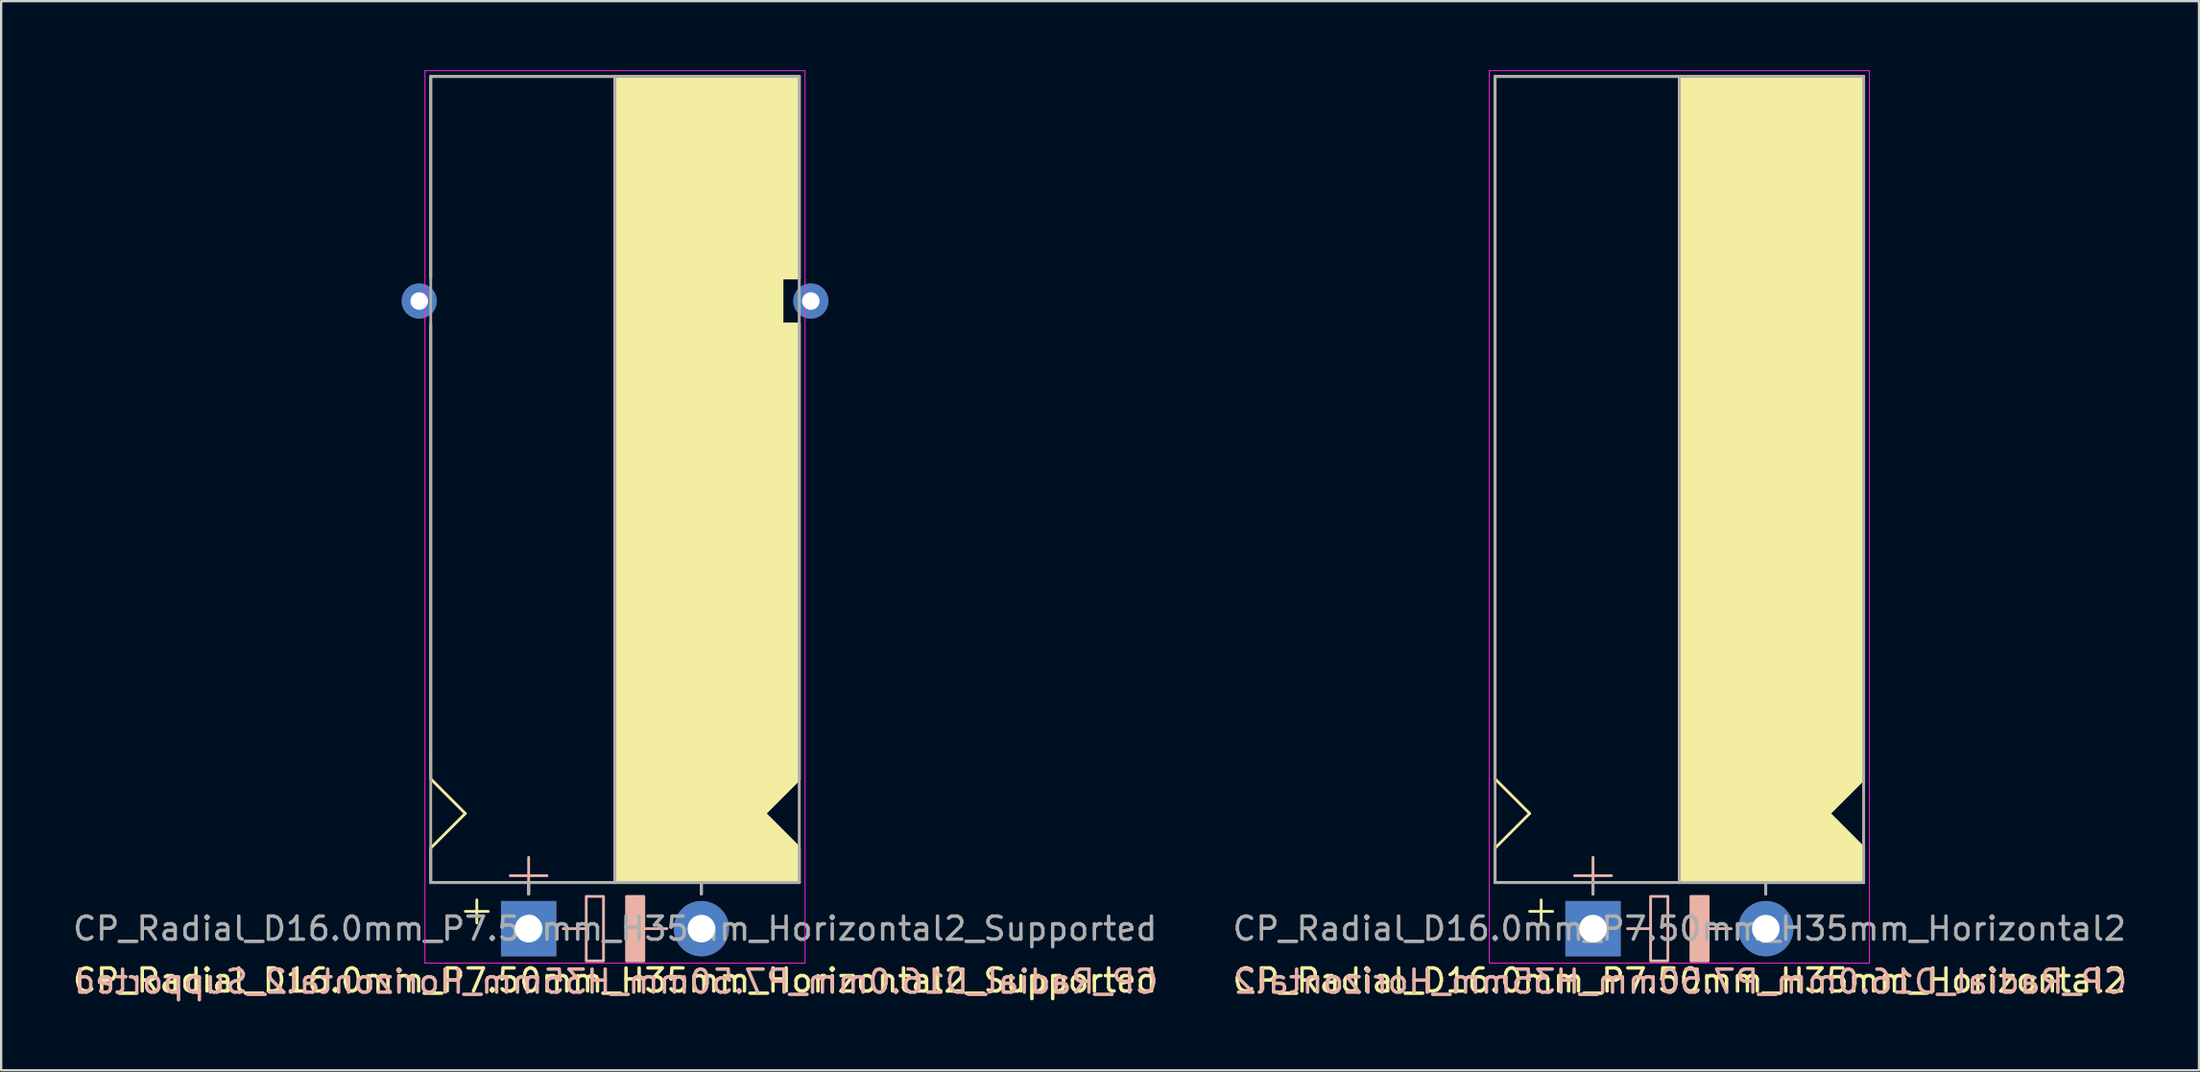
<source format=kicad_pcb>
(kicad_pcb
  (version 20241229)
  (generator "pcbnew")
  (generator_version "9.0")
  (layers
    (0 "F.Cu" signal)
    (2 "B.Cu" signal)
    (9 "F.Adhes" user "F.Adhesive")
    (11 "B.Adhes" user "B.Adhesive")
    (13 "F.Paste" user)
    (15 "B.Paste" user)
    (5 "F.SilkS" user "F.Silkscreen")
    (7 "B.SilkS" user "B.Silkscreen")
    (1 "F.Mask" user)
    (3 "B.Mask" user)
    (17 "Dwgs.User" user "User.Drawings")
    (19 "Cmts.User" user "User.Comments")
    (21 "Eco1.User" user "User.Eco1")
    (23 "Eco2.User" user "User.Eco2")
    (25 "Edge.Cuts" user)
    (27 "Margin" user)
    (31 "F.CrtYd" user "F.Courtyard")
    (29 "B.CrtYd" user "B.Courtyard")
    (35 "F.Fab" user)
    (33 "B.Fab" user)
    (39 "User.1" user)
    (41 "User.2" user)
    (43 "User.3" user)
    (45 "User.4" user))
  (footprint "CP_Radial_D16.0mm_P7.50mm_H35mm_Horizontal2_Supported"
    (layer "F.Cu")
    (at 19.899 37.27)
    (property "Reference" "CP_Radial_D16.0mm_P7.50mm_H35mm_Horizontal2_Supported" (at 3.75 2.25 0) (layer "F.SilkS") (effects (font (size 1 1) (thickness 0.15))))
    (fp_line (start -4.25 -28.25) (end -4.25 -37) (stroke (width 0.12) (type solid)) (layer "F.SilkS"))
    (fp_line (start -4.25 -7.5) (end -4.25 -26.25) (stroke (width 0.12) (type solid)) (layer "F.SilkS"))
    (fp_line (start -4.25 -6.5) (end -4.25 -7.5) (stroke (width 0.12) (type solid)) (layer "F.SilkS"))
    (fp_line (start -4.25 -3.5) (end -2.75 -5) (stroke (width 0.12) (type solid)) (layer "F.SilkS"))
    (fp_line (start -4.25 -2) (end -4.25 -3.5) (stroke (width 0.12) (type solid)) (layer "F.SilkS"))
    (fp_line (start -2.75 -5) (end -4.25 -6.5) (stroke (width 0.12) (type solid)) (layer "F.SilkS"))
    (fp_line (start -2.25 -1.25) (end -2.25 -0.25) (stroke (width 0.12) (type solid)) (layer "F.SilkS"))
    (fp_line (start -1.75 -0.75) (end -2.75 -0.75) (stroke (width 0.12) (type solid)) (layer "F.SilkS"))
    (fp_line (start 0 -1.5) (end 0 -2) (stroke (width 0.12) (type solid)) (layer "F.SilkS"))
    (fp_line (start 3.75 -2) (end -4.25 -2) (stroke (width 0.12) (type solid)) (layer "F.SilkS"))
    (fp_line (start 3.75 -2) (end 3.75 -37) (stroke (width 0.12) (type solid)) (layer "F.SilkS"))
    (fp_line (start 3.75 -2) (end 11.75 -2) (stroke (width 0.12) (type solid)) (layer "F.SilkS"))
    (fp_line (start 7.5 -1.5) (end 7.5 -2) (stroke (width 0.12) (type solid)) (layer "F.SilkS"))
    (fp_line (start 10.25 -5) (end 11.75 -6.5) (stroke (width 0.12) (type solid)) (layer "F.SilkS"))
    (fp_line (start 11 -28.25) (end 11 -26.25) (stroke (width 0.12) (type solid)) (layer "F.SilkS"))
    (fp_line (start 11 -26.25) (end 11.75 -26.25) (stroke (width 0.12) (type solid)) (layer "F.SilkS"))
    (fp_line (start 11.75 -37) (end -4.25 -37) (stroke (width 0.12) (type solid)) (layer "F.SilkS"))
    (fp_line (start 11.75 -37) (end 11.75 -28.25) (stroke (width 0.12) (type solid)) (layer "F.SilkS"))
    (fp_line (start 11.75 -28.25) (end 11 -28.25) (stroke (width 0.12) (type solid)) (layer "F.SilkS"))
    (fp_line (start 11.75 -26.25) (end 11.75 -6.5) (stroke (width 0.12) (type solid)) (layer "F.SilkS"))
    (fp_line (start 11.75 -3.5) (end 10.25 -5) (stroke (width 0.12) (type solid)) (layer "F.SilkS"))
    (fp_line (start 11.75 -2) (end 11.75 -3.5) (stroke (width 0.12) (type solid)) (layer "F.SilkS"))
    (fp_poly (pts (xy 11.75 -3.5) (xy 10.25 -5) (xy 11.75 -6.5) (xy 11.75 -26.25) (xy 11 -26.25) (xy 11 -28.25) (xy 11.75 -28.25) (xy 11.75 -37) (xy 3.75 -37) (xy 3.75 -2) (xy 11.75 -2)) (stroke (width 0.1) (type solid)) (fill yes) (layer "F.SilkS"))
    (fp_line (start 0 -3.1) (end 0 -1.5) (stroke (width 0.12) (type solid)) (layer "B.SilkS"))
    (fp_line (start 0.8 -2.3) (end -0.8 -2.3) (stroke (width 0.12) (type solid)) (layer "B.SilkS"))
    (fp_line (start 2.5 0) (end 1.5 0) (stroke (width 0.12) (type solid)) (layer "B.SilkS"))
    (fp_line (start 6 0) (end 5 0) (stroke (width 0.12) (type solid)) (layer "B.SilkS"))
    (fp_rect (start 2.5 -1.4) (end 3.25 1.4) (stroke (width 0.12) (type solid)) (fill no) (layer "B.SilkS"))
    (fp_rect (start 4.25 -1.4) (end 5 1.4) (stroke (width 0.12) (type solid)) (fill yes) (layer "B.SilkS"))
    (fp_line (start -4.5 -37.25) (end -4.5 1.5) (stroke (width 0.04) (type solid)) (layer "F.CrtYd"))
    (fp_line (start -4.5 1.5) (end 12 1.5) (stroke (width 0.04) (type solid)) (layer "F.CrtYd"))
    (fp_line (start 12 -37.25) (end -4.5 -37.25) (stroke (width 0.04) (type solid)) (layer "F.CrtYd"))
    (fp_line (start 12 1.5) (end 12 -37.25) (stroke (width 0.04) (type solid)) (layer "F.CrtYd"))
    (fp_line (start -4.25 -37) (end 11.75 -37) (stroke (width 0.12) (type solid)) (layer "F.Fab"))
    (fp_line (start -4.25 -2) (end -4.25 -37) (stroke (width 0.12) (type solid)) (layer "F.Fab"))
    (fp_line (start 0 -2) (end -4.25 -2) (stroke (width 0.12) (type solid)) (layer "F.Fab"))
    (fp_line (start 0 -1.5) (end 0 -2) (stroke (width 0.12) (type solid)) (layer "F.Fab"))
    (fp_line (start 3.75 -2) (end 3.75 -37) (stroke (width 0.12) (type solid)) (layer "F.Fab"))
    (fp_line (start 7.5 -1.5) (end 7.5 -2) (stroke (width 0.12) (type solid)) (layer "F.Fab"))
    (fp_line (start 11.75 -37) (end 11.75 -2) (stroke (width 0.12) (type solid)) (layer "F.Fab"))
    (fp_line (start 11.75 -2) (end 0 -2) (stroke (width 0.12) (type solid)) (layer "F.Fab"))
    (fp_poly (pts (xy 11.75 -37) (xy 3.75 -37) (xy 3.75 -2) (xy 11.75 -2)) (stroke (width 0.1) (type solid)) (fill no) (layer "F.Fab"))
    (fp_text user "${REFERENCE}" (at 3.8 2.3 0) (layer "B.SilkS") (effects (font (size 1 1) (thickness 0.15)) (justify mirror)))
    (fp_text user "${REFERENCE}" (at 3.75 0 0) (layer "F.Fab") (effects (font (size 1 1) (thickness 0.15))))
    (pad "1" thru_hole rect (at 0 0) (size 2.4 2.4) (drill 1.2) (layers "*.Cu" "*.Mask"))
    (pad "2" thru_hole circle (at 7.5 0) (size 2.4 2.4) (drill 1.2) (layers "*.Cu" "*.Mask"))
    (pad "~" thru_hole circle (at -4.75 -27.25 180) (size 1.524 1.524) (drill 0.762) (layers "*.Cu" "*.Mask"))
    (pad "~" thru_hole circle (at 12.25 -27.25 180) (size 1.524 1.524) (drill 0.762) (layers "*.Cu" "*.Mask")))
  (footprint "CP_Radial_D16.0mm_P7.50mm_H35mm_Horizontal2"
    (layer "F.Cu")
    (at 66.104 37.27)
    (property "Reference" "CP_Radial_D16.0mm_P7.50mm_H35mm_Horizontal2" (at 3.75 2.25 0) (layer "F.SilkS") (effects (font (size 1 1) (thickness 0.15))))
    (fp_line (start -4.25 -7.5) (end -4.25 -37) (stroke (width 0.12) (type solid)) (layer "F.SilkS"))
    (fp_line (start -4.25 -6.5) (end -4.25 -7.5) (stroke (width 0.12) (type solid)) (layer "F.SilkS"))
    (fp_line (start -4.25 -3.5) (end -2.75 -5) (stroke (width 0.12) (type solid)) (layer "F.SilkS"))
    (fp_line (start -4.25 -2) (end -4.25 -3.5) (stroke (width 0.12) (type solid)) (layer "F.SilkS"))
    (fp_line (start -2.75 -5) (end -4.25 -6.5) (stroke (width 0.12) (type solid)) (layer "F.SilkS"))
    (fp_line (start -2.25 -1.25) (end -2.25 -0.25) (stroke (width 0.12) (type solid)) (layer "F.SilkS"))
    (fp_line (start -1.75 -0.75) (end -2.75 -0.75) (stroke (width 0.12) (type solid)) (layer "F.SilkS"))
    (fp_line (start 0 -1.5) (end 0 -2) (stroke (width 0.12) (type solid)) (layer "F.SilkS"))
    (fp_line (start 3.75 -2) (end -4.25 -2) (stroke (width 0.12) (type solid)) (layer "F.SilkS"))
    (fp_line (start 3.75 -2) (end 3.75 -37) (stroke (width 0.12) (type solid)) (layer "F.SilkS"))
    (fp_line (start 3.75 -2) (end 11.75 -2) (stroke (width 0.12) (type solid)) (layer "F.SilkS"))
    (fp_line (start 7.5 -1.5) (end 7.5 -2) (stroke (width 0.12) (type solid)) (layer "F.SilkS"))
    (fp_line (start 10.25 -5) (end 11.75 -6.5) (stroke (width 0.12) (type solid)) (layer "F.SilkS"))
    (fp_line (start 11.75 -37) (end -4.25 -37) (stroke (width 0.12) (type solid)) (layer "F.SilkS"))
    (fp_line (start 11.75 -37) (end 11.75 -6.5) (stroke (width 0.12) (type solid)) (layer "F.SilkS"))
    (fp_line (start 11.75 -3.5) (end 10.25 -5) (stroke (width 0.12) (type solid)) (layer "F.SilkS"))
    (fp_line (start 11.75 -2) (end 11.75 -3.5) (stroke (width 0.12) (type solid)) (layer "F.SilkS"))
    (fp_poly (pts (xy 11.75 -3.5) (xy 10.25 -5) (xy 11.75 -6.5) (xy 11.75 -37) (xy 3.75 -37) (xy 3.75 -2) (xy 11.75 -2)) (stroke (width 0.1) (type solid)) (fill yes) (layer "F.SilkS"))
    (fp_line (start 0 -3.1) (end 0 -1.5) (stroke (width 0.12) (type solid)) (layer "B.SilkS"))
    (fp_line (start 0.8 -2.3) (end -0.8 -2.3) (stroke (width 0.12) (type solid)) (layer "B.SilkS"))
    (fp_line (start 2.5 0) (end 1.5 0) (stroke (width 0.12) (type solid)) (layer "B.SilkS"))
    (fp_line (start 6 0) (end 5 0) (stroke (width 0.12) (type solid)) (layer "B.SilkS"))
    (fp_rect (start 2.5 -1.4) (end 3.25 1.4) (stroke (width 0.12) (type solid)) (fill no) (layer "B.SilkS"))
    (fp_rect (start 4.25 -1.4) (end 5 1.4) (stroke (width 0.12) (type solid)) (fill yes) (layer "B.SilkS"))
    (fp_line (start -4.5 -37.25) (end -4.5 1.5) (stroke (width 0.04) (type solid)) (layer "F.CrtYd"))
    (fp_line (start -4.5 1.5) (end 12 1.5) (stroke (width 0.04) (type solid)) (layer "F.CrtYd"))
    (fp_line (start 12 -37.25) (end -4.5 -37.25) (stroke (width 0.04) (type solid)) (layer "F.CrtYd"))
    (fp_line (start 12 1.5) (end 12 -37.25) (stroke (width 0.04) (type solid)) (layer "F.CrtYd"))
    (fp_line (start -4.25 -37) (end 11.75 -37) (stroke (width 0.12) (type solid)) (layer "F.Fab"))
    (fp_line (start -4.25 -2) (end -4.25 -37) (stroke (width 0.12) (type solid)) (layer "F.Fab"))
    (fp_line (start 0 -2) (end -4.25 -2) (stroke (width 0.12) (type solid)) (layer "F.Fab"))
    (fp_line (start 0 -1.5) (end 0 -2) (stroke (width 0.12) (type solid)) (layer "F.Fab"))
    (fp_line (start 3.75 -2) (end 3.75 -37) (stroke (width 0.12) (type solid)) (layer "F.Fab"))
    (fp_line (start 7.5 -1.5) (end 7.5 -2) (stroke (width 0.12) (type solid)) (layer "F.Fab"))
    (fp_line (start 11.75 -37) (end 11.75 -2) (stroke (width 0.12) (type solid)) (layer "F.Fab"))
    (fp_line (start 11.75 -2) (end 0 -2) (stroke (width 0.12) (type solid)) (layer "F.Fab"))
    (fp_poly (pts (xy 11.75 -37) (xy 3.75 -37) (xy 3.75 -2) (xy 11.75 -2)) (stroke (width 0.1) (type solid)) (fill no) (layer "F.Fab"))
    (fp_text user "${REFERENCE}" (at 3.8 2.3 0) (layer "B.SilkS") (effects (font (size 1 1) (thickness 0.15)) (justify mirror)))
    (fp_text user "${REFERENCE}" (at 3.75 0 0) (layer "F.Fab") (effects (font (size 1 1) (thickness 0.15))))
    (pad "1" thru_hole rect (at 0 0) (size 2.4 2.4) (drill 1.2) (layers "*.Cu" "*.Mask"))
    (pad "2" thru_hole circle (at 7.5 0) (size 2.4 2.4) (drill 1.2) (layers "*.Cu" "*.Mask")))
  (gr_rect
    (start -3 -3)
    (end 92.41 43.418)
    (stroke (width 0.1) (type default))
    (fill no)
    (layer "Edge.Cuts")))
</source>
